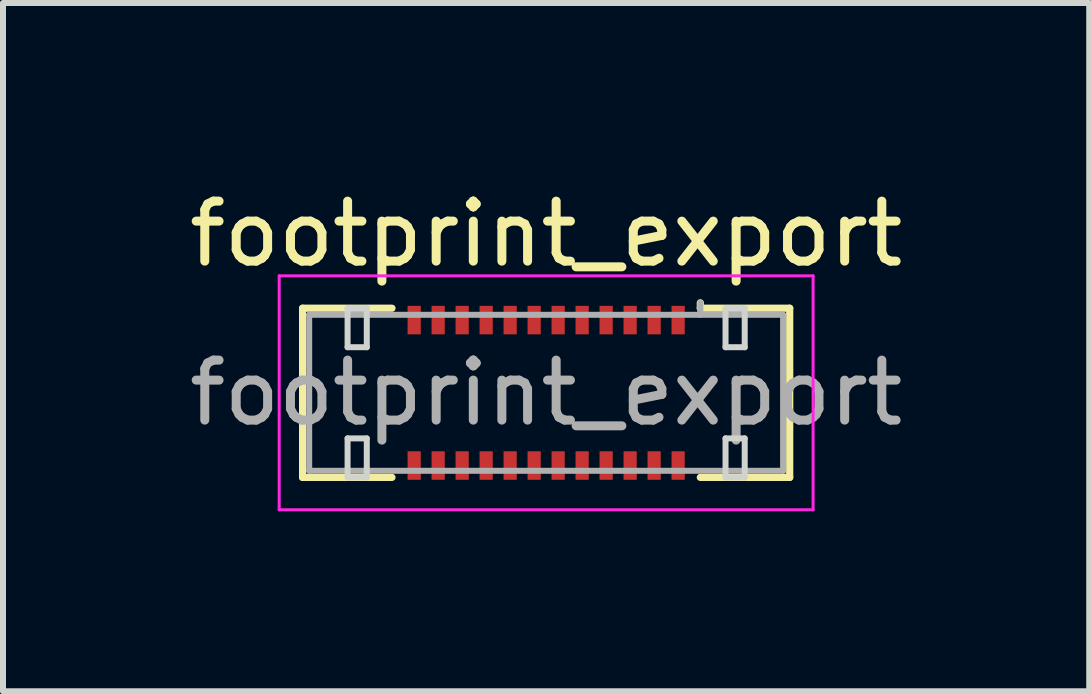
<source format=kicad_pcb>
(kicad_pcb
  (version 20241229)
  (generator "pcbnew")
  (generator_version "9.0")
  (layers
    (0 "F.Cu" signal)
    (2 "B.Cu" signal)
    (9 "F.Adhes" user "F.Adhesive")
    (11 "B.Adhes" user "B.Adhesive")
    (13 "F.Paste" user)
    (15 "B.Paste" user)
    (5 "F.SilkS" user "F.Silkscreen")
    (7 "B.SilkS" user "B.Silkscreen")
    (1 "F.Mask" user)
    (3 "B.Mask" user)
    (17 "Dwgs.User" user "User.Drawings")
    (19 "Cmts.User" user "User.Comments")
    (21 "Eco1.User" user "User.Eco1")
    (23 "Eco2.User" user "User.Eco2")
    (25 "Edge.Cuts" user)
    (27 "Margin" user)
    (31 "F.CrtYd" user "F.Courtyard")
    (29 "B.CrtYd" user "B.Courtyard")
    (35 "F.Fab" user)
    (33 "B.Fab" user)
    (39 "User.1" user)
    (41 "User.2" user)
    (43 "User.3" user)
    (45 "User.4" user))
  (footprint "footprint_export"
    (layer "F.Cu")
    (at 6.054 3.498)
    (property "Reference" "footprint_export" (at 0 -2.65 0) (layer "F.SilkS") (effects (font (size 1 1) (thickness 0.15))))
    (attr smd)
    (fp_line (start -4.06 -1.41) (end -2.57 -1.41) (stroke (width 0.12) (type solid)) (layer "F.SilkS"))
    (fp_line (start -4.06 1.41) (end -4.06 -1.41) (stroke (width 0.12) (type solid)) (layer "F.SilkS"))
    (fp_line (start -2.57 1.41) (end -4.06 1.41) (stroke (width 0.12) (type solid)) (layer "F.SilkS"))
    (fp_line (start 2.57 -1.41) (end 2.57 -1.5) (stroke (width 0.12) (type solid)) (layer "F.SilkS"))
    (fp_line (start 2.57 1.41) (end 4.06 1.41) (stroke (width 0.12) (type solid)) (layer "F.SilkS"))
    (fp_line (start 4.06 -1.41) (end 2.57 -1.41) (stroke (width 0.12) (type solid)) (layer "F.SilkS"))
    (fp_line (start 4.06 1.41) (end 4.06 -1.41) (stroke (width 0.12) (type solid)) (layer "F.SilkS"))
    (fp_line (start -3.31 -1.41) (end -3.31 -0.76) (stroke (width 0.1) (type solid)) (layer "Edge.Cuts"))
    (fp_line (start -3.31 -0.76) (end -2.99 -0.76) (stroke (width 0.1) (type solid)) (layer "Edge.Cuts"))
    (fp_line (start -3.31 0.76) (end -3.31 1.41) (stroke (width 0.1) (type solid)) (layer "Edge.Cuts"))
    (fp_line (start -3.31 1.41) (end -2.99 1.41) (stroke (width 0.1) (type solid)) (layer "Edge.Cuts"))
    (fp_line (start -2.99 -1.41) (end -3.31 -1.41) (stroke (width 0.1) (type solid)) (layer "Edge.Cuts"))
    (fp_line (start -2.99 -0.76) (end -2.99 -1.41) (stroke (width 0.1) (type solid)) (layer "Edge.Cuts"))
    (fp_line (start -2.99 0.76) (end -3.31 0.76) (stroke (width 0.1) (type solid)) (layer "Edge.Cuts"))
    (fp_line (start -2.99 1.41) (end -2.99 0.76) (stroke (width 0.1) (type solid)) (layer "Edge.Cuts"))
    (fp_line (start 2.99 -1.41) (end 2.99 -0.76) (stroke (width 0.1) (type solid)) (layer "Edge.Cuts"))
    (fp_line (start 2.99 -0.76) (end 3.31 -0.76) (stroke (width 0.1) (type solid)) (layer "Edge.Cuts"))
    (fp_line (start 2.99 0.76) (end 2.99 1.41) (stroke (width 0.1) (type solid)) (layer "Edge.Cuts"))
    (fp_line (start 2.99 1.41) (end 3.31 1.41) (stroke (width 0.1) (type solid)) (layer "Edge.Cuts"))
    (fp_line (start 3.31 -1.41) (end 2.99 -1.41) (stroke (width 0.1) (type solid)) (layer "Edge.Cuts"))
    (fp_line (start 3.31 -0.76) (end 3.31 -1.41) (stroke (width 0.1) (type solid)) (layer "Edge.Cuts"))
    (fp_line (start 3.31 0.76) (end 2.99 0.76) (stroke (width 0.1) (type solid)) (layer "Edge.Cuts"))
    (fp_line (start 3.31 1.41) (end 3.31 0.76) (stroke (width 0.1) (type solid)) (layer "Edge.Cuts"))
    (fp_line (start -4.45 -1.95) (end -4.45 1.95) (stroke (width 0.05) (type solid)) (layer "F.CrtYd"))
    (fp_line (start -4.45 1.95) (end 4.45 1.95) (stroke (width 0.05) (type solid)) (layer "F.CrtYd"))
    (fp_line (start 4.45 -1.95) (end -4.45 -1.95) (stroke (width 0.05) (type solid)) (layer "F.CrtYd"))
    (fp_line (start 4.45 1.95) (end 4.45 -1.95) (stroke (width 0.05) (type solid)) (layer "F.CrtYd"))
    (fp_line (start -3.95 -1.3) (end -3.95 1.3) (stroke (width 0.1) (type solid)) (layer "F.Fab"))
    (fp_line (start -3.95 1.3) (end 3.95 1.3) (stroke (width 0.1) (type solid)) (layer "F.Fab"))
    (fp_line (start 2.57 -1.3) (end 2.57 -1.5) (stroke (width 0.1) (type solid)) (layer "F.Fab"))
    (fp_line (start 3.95 -1.3) (end -3.95 -1.3) (stroke (width 0.1) (type solid)) (layer "F.Fab"))
    (fp_line (start 3.95 1.3) (end 3.95 -1.3) (stroke (width 0.1) (type solid)) (layer "F.Fab"))
    (fp_text user "${REFERENCE}" (at 0 0 0) (layer "F.Fab") (effects (font (size 1 1) (thickness 0.15))))
    (pad "1" smd rect (at 2.2 -1.212) (size 0.22 0.475) (layers "F.Cu" "F.Mask" "F.Paste"))
    (pad "2" smd rect (at 2.2 1.212) (size 0.22 0.475) (layers "F.Cu" "F.Mask" "F.Paste"))
    (pad "3" smd rect (at 1.8 -1.212) (size 0.22 0.475) (layers "F.Cu" "F.Mask" "F.Paste"))
    (pad "4" smd rect (at 1.8 1.212) (size 0.22 0.475) (layers "F.Cu" "F.Mask" "F.Paste"))
    (pad "5" smd rect (at 1.4 -1.212) (size 0.22 0.475) (layers "F.Cu" "F.Mask" "F.Paste"))
    (pad "6" smd rect (at 1.4 1.212) (size 0.22 0.475) (layers "F.Cu" "F.Mask" "F.Paste"))
    (pad "7" smd rect (at 1 -1.212) (size 0.22 0.475) (layers "F.Cu" "F.Mask" "F.Paste"))
    (pad "8" smd rect (at 1 1.212) (size 0.22 0.475) (layers "F.Cu" "F.Mask" "F.Paste"))
    (pad "9" smd rect (at 0.6 -1.212) (size 0.22 0.475) (layers "F.Cu" "F.Mask" "F.Paste"))
    (pad "10" smd rect (at 0.6 1.212) (size 0.22 0.475) (layers "F.Cu" "F.Mask" "F.Paste"))
    (pad "11" smd rect (at 0.2 -1.212) (size 0.22 0.475) (layers "F.Cu" "F.Mask" "F.Paste"))
    (pad "12" smd rect (at 0.2 1.212) (size 0.22 0.475) (layers "F.Cu" "F.Mask" "F.Paste"))
    (pad "13" smd rect (at -0.2 -1.212) (size 0.22 0.475) (layers "F.Cu" "F.Mask" "F.Paste"))
    (pad "14" smd rect (at -0.2 1.212) (size 0.22 0.475) (layers "F.Cu" "F.Mask" "F.Paste"))
    (pad "15" smd rect (at -0.6 -1.212) (size 0.22 0.475) (layers "F.Cu" "F.Mask" "F.Paste"))
    (pad "16" smd rect (at -0.6 1.212) (size 0.22 0.475) (layers "F.Cu" "F.Mask" "F.Paste"))
    (pad "17" smd rect (at -1 -1.212) (size 0.22 0.475) (layers "F.Cu" "F.Mask" "F.Paste"))
    (pad "18" smd rect (at -1 1.212) (size 0.22 0.475) (layers "F.Cu" "F.Mask" "F.Paste"))
    (pad "19" smd rect (at -1.4 -1.212) (size 0.22 0.475) (layers "F.Cu" "F.Mask" "F.Paste"))
    (pad "20" smd rect (at -1.4 1.212) (size 0.22 0.475) (layers "F.Cu" "F.Mask" "F.Paste"))
    (pad "21" smd rect (at -1.8 -1.212) (size 0.22 0.475) (layers "F.Cu" "F.Mask" "F.Paste"))
    (pad "22" smd rect (at -1.8 1.212) (size 0.22 0.475) (layers "F.Cu" "F.Mask" "F.Paste"))
    (pad "23" smd rect (at -2.2 -1.212) (size 0.22 0.475) (layers "F.Cu" "F.Mask" "F.Paste"))
    (pad "24" smd rect (at -2.2 1.212) (size 0.22 0.475) (layers "F.Cu" "F.Mask" "F.Paste")))
  (gr_rect
    (start -3 -3)
    (end 15.107 8.473)
    (stroke (width 0.1) (type default))
    (fill no)
    (layer "Edge.Cuts")))
</source>
